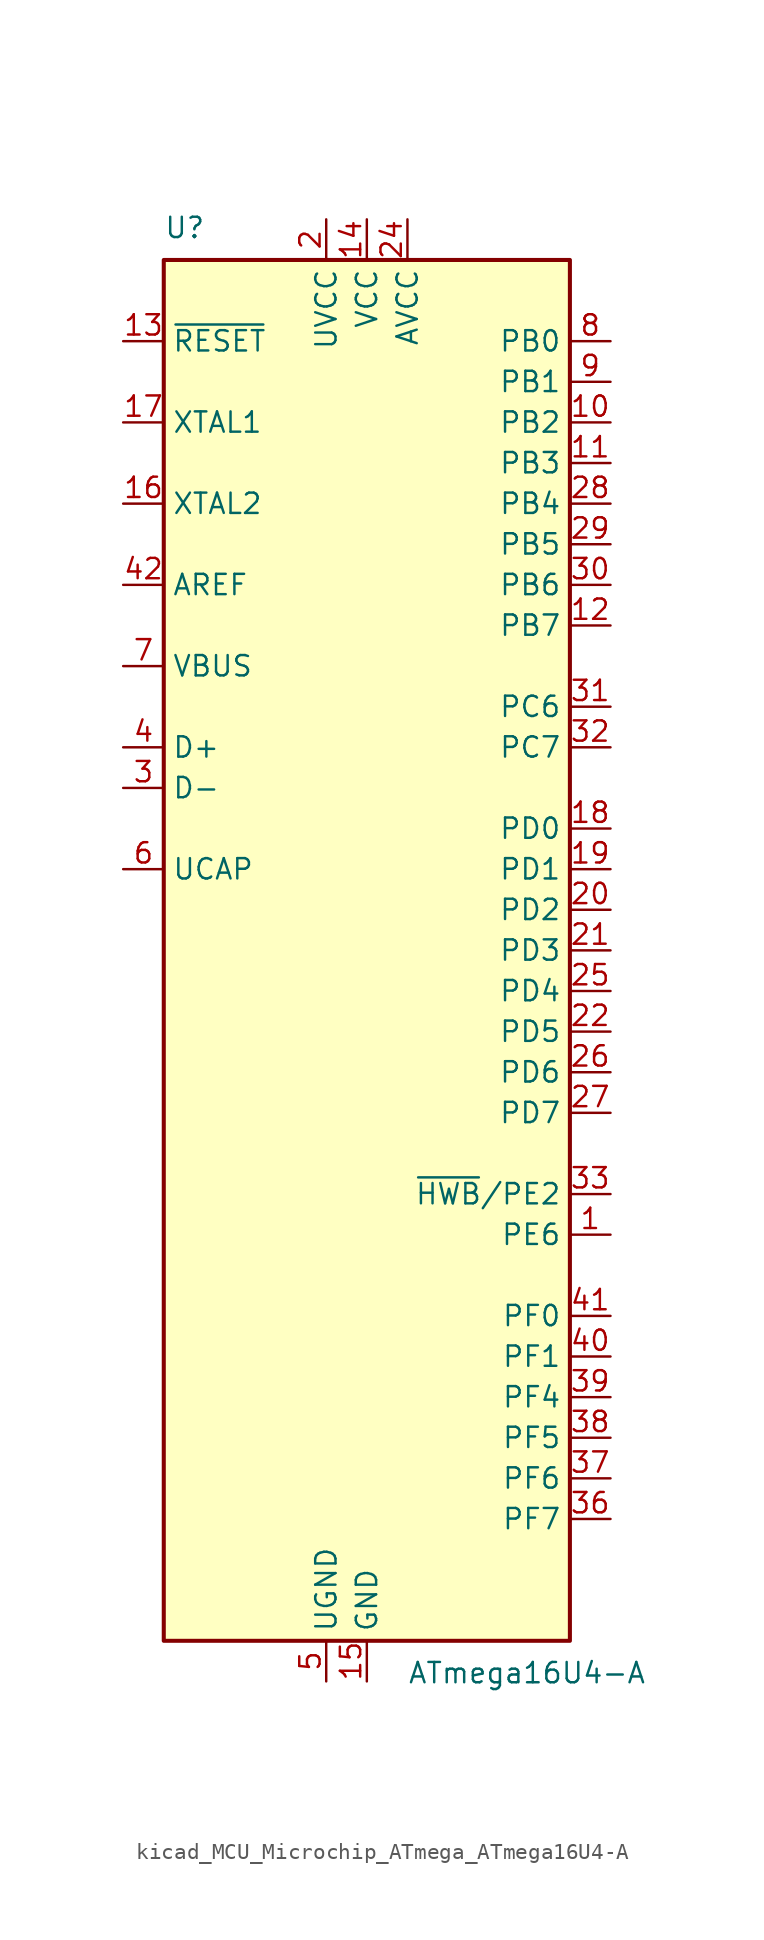
<source format=kicad_sym>
(kicad_symbol_lib
  (version 20220914)
  (generator kicad_symbol_editor)
  (symbol "kicad_MCU_Microchip_ATmega_ATmega16U4-A"
    (property "Reference" "U"
      (at -12.7 44.45 0)
      (effects (font (size 1.27 1.27)) (justify left bottom)))
    (property "Value" "ATmega16U4-A"
      (at 2.54 -44.45 0)
      (effects (font (size 1.27 1.27)) (justify left top)))
    (symbol "kicad_MCU_Microchip_ATmega_ATmega16U4-A_0_1"
      (rectangle (start -12.7 -43.18) (end 12.7 43.18) (stroke (width 0.254) (type default)) (fill (type background))))
    (symbol "kicad_MCU_Microchip_ATmega_ATmega16U4-A_1_1"
      (pin bidirectional line (at 15.24 -17.78 180) (length 2.54) (name "PE6" (effects (font (size 1.27 1.27)))) (number "1" (effects (font (size 1.27 1.27)))))
      (pin bidirectional line (at 15.24 33.02 180) (length 2.54) (name "PB2" (effects (font (size 1.27 1.27)))) (number "10" (effects (font (size 1.27 1.27)))))
      (pin bidirectional line (at 15.24 30.48 180) (length 2.54) (name "PB3" (effects (font (size 1.27 1.27)))) (number "11" (effects (font (size 1.27 1.27)))))
      (pin bidirectional line (at 15.24 20.32 180) (length 2.54) (name "PB7" (effects (font (size 1.27 1.27)))) (number "12" (effects (font (size 1.27 1.27)))))
      (pin input line (at -15.24 38.1 0) (length 2.54) (name "~{RESET}" (effects (font (size 1.27 1.27)))) (number "13" (effects (font (size 1.27 1.27)))))
      (pin power_in line (at 0 45.72 270) (length 2.54) (name "VCC" (effects (font (size 1.27 1.27)))) (number "14" (effects (font (size 1.27 1.27)))))
      (pin power_in line (at 0 -45.72 90) (length 2.54) (name "GND" (effects (font (size 1.27 1.27)))) (number "15" (effects (font (size 1.27 1.27)))))
      (pin output line (at -15.24 27.94 0) (length 2.54) (name "XTAL2" (effects (font (size 1.27 1.27)))) (number "16" (effects (font (size 1.27 1.27)))))
      (pin input line (at -15.24 33.02 0) (length 2.54) (name "XTAL1" (effects (font (size 1.27 1.27)))) (number "17" (effects (font (size 1.27 1.27)))))
      (pin bidirectional line (at 15.24 7.62 180) (length 2.54) (name "PD0" (effects (font (size 1.27 1.27)))) (number "18" (effects (font (size 1.27 1.27)))))
      (pin bidirectional line (at 15.24 5.08 180) (length 2.54) (name "PD1" (effects (font (size 1.27 1.27)))) (number "19" (effects (font (size 1.27 1.27)))))
      (pin power_in line (at -2.54 45.72 270) (length 2.54) (name "UVCC" (effects (font (size 1.27 1.27)))) (number "2" (effects (font (size 1.27 1.27)))))
      (pin bidirectional line (at 15.24 2.54 180) (length 2.54) (name "PD2" (effects (font (size 1.27 1.27)))) (number "20" (effects (font (size 1.27 1.27)))))
      (pin bidirectional line (at 15.24 0 180) (length 2.54) (name "PD3" (effects (font (size 1.27 1.27)))) (number "21" (effects (font (size 1.27 1.27)))))
      (pin bidirectional line (at 15.24 -5.08 180) (length 2.54) (name "PD5" (effects (font (size 1.27 1.27)))) (number "22" (effects (font (size 1.27 1.27)))))
      (pin passive line (at 0 -45.72 90) (length 2.54) hide (name "GND" (effects (font (size 1.27 1.27)))) (number "23" (effects (font (size 1.27 1.27)))))
      (pin power_in line (at 2.54 45.72 270) (length 2.54) (name "AVCC" (effects (font (size 1.27 1.27)))) (number "24" (effects (font (size 1.27 1.27)))))
      (pin bidirectional line (at 15.24 -2.54 180) (length 2.54) (name "PD4" (effects (font (size 1.27 1.27)))) (number "25" (effects (font (size 1.27 1.27)))))
      (pin bidirectional line (at 15.24 -7.62 180) (length 2.54) (name "PD6" (effects (font (size 1.27 1.27)))) (number "26" (effects (font (size 1.27 1.27)))))
      (pin bidirectional line (at 15.24 -10.16 180) (length 2.54) (name "PD7" (effects (font (size 1.27 1.27)))) (number "27" (effects (font (size 1.27 1.27)))))
      (pin bidirectional line (at 15.24 27.94 180) (length 2.54) (name "PB4" (effects (font (size 1.27 1.27)))) (number "28" (effects (font (size 1.27 1.27)))))
      (pin bidirectional line (at 15.24 25.4 180) (length 2.54) (name "PB5" (effects (font (size 1.27 1.27)))) (number "29" (effects (font (size 1.27 1.27)))))
      (pin bidirectional line (at -15.24 10.16 0) (length 2.54) (name "D-" (effects (font (size 1.27 1.27)))) (number "3" (effects (font (size 1.27 1.27)))))
      (pin bidirectional line (at 15.24 22.86 180) (length 2.54) (name "PB6" (effects (font (size 1.27 1.27)))) (number "30" (effects (font (size 1.27 1.27)))))
      (pin bidirectional line (at 15.24 15.24 180) (length 2.54) (name "PC6" (effects (font (size 1.27 1.27)))) (number "31" (effects (font (size 1.27 1.27)))))
      (pin bidirectional line (at 15.24 12.7 180) (length 2.54) (name "PC7" (effects (font (size 1.27 1.27)))) (number "32" (effects (font (size 1.27 1.27)))))
      (pin bidirectional line (at 15.24 -15.24 180) (length 2.54) (name "~{HWB}/PE2" (effects (font (size 1.27 1.27)))) (number "33" (effects (font (size 1.27 1.27)))))
      (pin passive line (at 0 45.72 270) (length 2.54) hide (name "VCC" (effects (font (size 1.27 1.27)))) (number "34" (effects (font (size 1.27 1.27)))))
      (pin passive line (at 0 -45.72 90) (length 2.54) hide (name "GND" (effects (font (size 1.27 1.27)))) (number "35" (effects (font (size 1.27 1.27)))))
      (pin bidirectional line (at 15.24 -35.56 180) (length 2.54) (name "PF7" (effects (font (size 1.27 1.27)))) (number "36" (effects (font (size 1.27 1.27)))))
      (pin bidirectional line (at 15.24 -33.02 180) (length 2.54) (name "PF6" (effects (font (size 1.27 1.27)))) (number "37" (effects (font (size 1.27 1.27)))))
      (pin bidirectional line (at 15.24 -30.48 180) (length 2.54) (name "PF5" (effects (font (size 1.27 1.27)))) (number "38" (effects (font (size 1.27 1.27)))))
      (pin bidirectional line (at 15.24 -27.94 180) (length 2.54) (name "PF4" (effects (font (size 1.27 1.27)))) (number "39" (effects (font (size 1.27 1.27)))))
      (pin bidirectional line (at -15.24 12.7 0) (length 2.54) (name "D+" (effects (font (size 1.27 1.27)))) (number "4" (effects (font (size 1.27 1.27)))))
      (pin bidirectional line (at 15.24 -25.4 180) (length 2.54) (name "PF1" (effects (font (size 1.27 1.27)))) (number "40" (effects (font (size 1.27 1.27)))))
      (pin bidirectional line (at 15.24 -22.86 180) (length 2.54) (name "PF0" (effects (font (size 1.27 1.27)))) (number "41" (effects (font (size 1.27 1.27)))))
      (pin passive line (at -15.24 22.86 0) (length 2.54) (name "AREF" (effects (font (size 1.27 1.27)))) (number "42" (effects (font (size 1.27 1.27)))))
      (pin passive line (at 0 -45.72 90) (length 2.54) hide (name "GND" (effects (font (size 1.27 1.27)))) (number "43" (effects (font (size 1.27 1.27)))))
      (pin passive line (at 2.54 45.72 270) (length 2.54) hide (name "AVCC" (effects (font (size 1.27 1.27)))) (number "44" (effects (font (size 1.27 1.27)))))
      (pin passive line (at -2.54 -45.72 90) (length 2.54) (name "UGND" (effects (font (size 1.27 1.27)))) (number "5" (effects (font (size 1.27 1.27)))))
      (pin passive line (at -15.24 5.08 0) (length 2.54) (name "UCAP" (effects (font (size 1.27 1.27)))) (number "6" (effects (font (size 1.27 1.27)))))
      (pin input line (at -15.24 17.78 0) (length 2.54) (name "VBUS" (effects (font (size 1.27 1.27)))) (number "7" (effects (font (size 1.27 1.27)))))
      (pin bidirectional line (at 15.24 38.1 180) (length 2.54) (name "PB0" (effects (font (size 1.27 1.27)))) (number "8" (effects (font (size 1.27 1.27)))))
      (pin bidirectional line (at 15.24 35.56 180) (length 2.54) (name "PB1" (effects (font (size 1.27 1.27)))) (number "9" (effects (font (size 1.27 1.27))))))))
</source>
